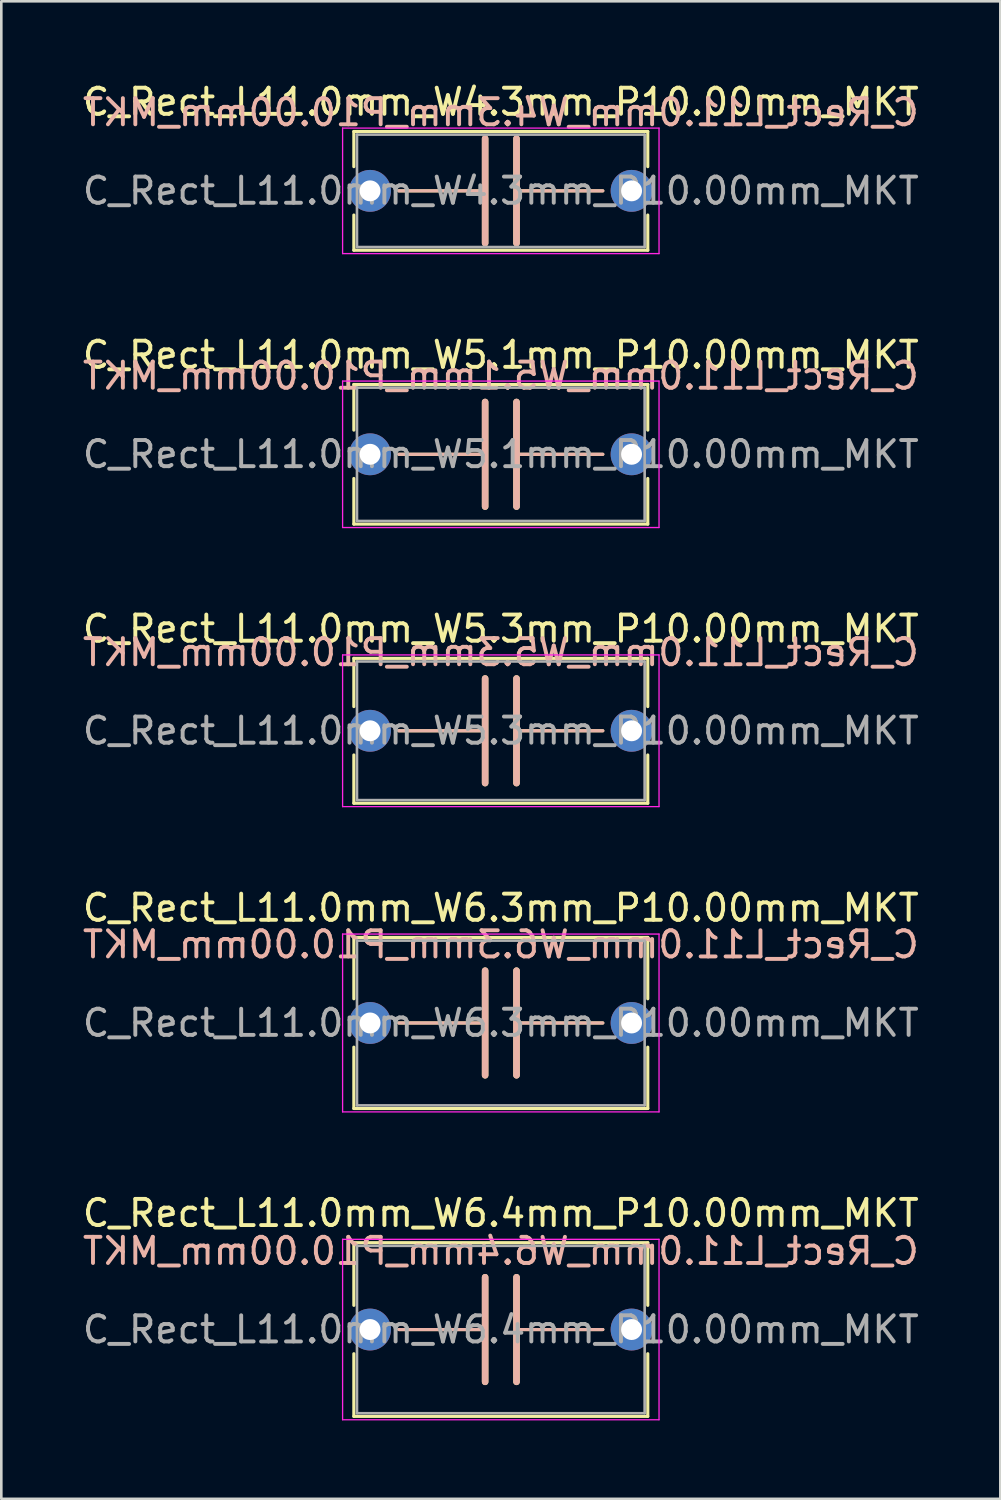
<source format=kicad_pcb>
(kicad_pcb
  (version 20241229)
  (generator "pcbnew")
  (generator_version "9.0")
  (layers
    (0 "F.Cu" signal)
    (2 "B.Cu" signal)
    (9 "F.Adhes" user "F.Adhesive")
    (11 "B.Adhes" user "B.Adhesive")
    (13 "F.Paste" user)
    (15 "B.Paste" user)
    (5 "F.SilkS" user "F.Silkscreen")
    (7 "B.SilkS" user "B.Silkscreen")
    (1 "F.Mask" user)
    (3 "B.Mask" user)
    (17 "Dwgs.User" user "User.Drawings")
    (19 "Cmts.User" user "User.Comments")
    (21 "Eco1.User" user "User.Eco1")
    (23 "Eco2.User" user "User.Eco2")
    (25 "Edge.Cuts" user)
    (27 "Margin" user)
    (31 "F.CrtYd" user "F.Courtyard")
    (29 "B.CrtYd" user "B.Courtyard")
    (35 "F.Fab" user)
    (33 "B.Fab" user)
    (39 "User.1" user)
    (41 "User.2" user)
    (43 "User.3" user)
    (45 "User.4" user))
  (footprint "C_Rect_L11.0mm_W5.1mm_P10.00mm_MKT"
    (layer "F.Cu")
    (at 11.101 14.322)
    (property "Reference" "C_Rect_L11.0mm_W5.1mm_P10.00mm_MKT" (at 5 -3.8 0) (layer "F.SilkS") (effects (font (size 1 1) (thickness 0.15))))
    (fp_line (start -0.62 -2.67) (end -0.62 -0.925) (stroke (width 0.12) (type solid)) (layer "F.SilkS"))
    (fp_line (start -0.62 -2.67) (end 10.62 -2.67) (stroke (width 0.12) (type solid)) (layer "F.SilkS"))
    (fp_line (start -0.62 0.925) (end -0.62 2.67) (stroke (width 0.12) (type solid)) (layer "F.SilkS"))
    (fp_line (start -0.62 2.67) (end 10.62 2.67) (stroke (width 0.12) (type solid)) (layer "F.SilkS"))
    (fp_line (start 1.1 0) (end 4.4 0) (stroke (width 0.12) (type solid)) (layer "F.SilkS"))
    (fp_line (start 4.4 2) (end 4.4 -2) (stroke (width 0.25) (type solid)) (layer "F.SilkS"))
    (fp_line (start 5.6 2) (end 5.6 -2) (stroke (width 0.25) (type solid)) (layer "F.SilkS"))
    (fp_line (start 8.9 0) (end 5.6 0) (stroke (width 0.12) (type solid)) (layer "F.SilkS"))
    (fp_line (start 10.62 -2.67) (end 10.62 -0.925) (stroke (width 0.12) (type solid)) (layer "F.SilkS"))
    (fp_line (start 10.62 0.925) (end 10.62 2.67) (stroke (width 0.12) (type solid)) (layer "F.SilkS"))
    (fp_line (start 1.1 0) (end 4.4 0) (stroke (width 0.12) (type solid)) (layer "B.SilkS"))
    (fp_line (start 4.4 -2) (end 4.4 2) (stroke (width 0.25) (type solid)) (layer "B.SilkS"))
    (fp_line (start 5.6 -2) (end 5.6 2) (stroke (width 0.25) (type solid)) (layer "B.SilkS"))
    (fp_line (start 8.9 0) (end 5.6 0) (stroke (width 0.12) (type solid)) (layer "B.SilkS"))
    (fp_line (start -1.05 -2.8) (end -1.05 2.8) (stroke (width 0.05) (type solid)) (layer "F.CrtYd"))
    (fp_line (start -1.05 2.8) (end 11.05 2.8) (stroke (width 0.05) (type solid)) (layer "F.CrtYd"))
    (fp_line (start 11.05 -2.8) (end -1.05 -2.8) (stroke (width 0.05) (type solid)) (layer "F.CrtYd"))
    (fp_line (start 11.05 2.8) (end 11.05 -2.8) (stroke (width 0.05) (type solid)) (layer "F.CrtYd"))
    (fp_line (start -0.5 -2.55) (end -0.5 2.55) (stroke (width 0.1) (type solid)) (layer "F.Fab"))
    (fp_line (start -0.5 2.55) (end 10.5 2.55) (stroke (width 0.1) (type solid)) (layer "F.Fab"))
    (fp_line (start 10.5 -2.55) (end -0.5 -2.55) (stroke (width 0.1) (type solid)) (layer "F.Fab"))
    (fp_line (start 10.5 2.55) (end 10.5 -2.55) (stroke (width 0.1) (type solid)) (layer "F.Fab"))
    (fp_text user "${REFERENCE}" (at 5 -3 0) (layer "B.SilkS") (effects (font (size 1 1) (thickness 0.15)) (justify mirror)))
    (fp_text user "${REFERENCE}" (at 5 0 0) (layer "F.Fab") (effects (font (size 1 1) (thickness 0.15))))
    (pad "1" thru_hole circle (at 0 0) (size 1.6 1.6) (drill 0.8) (layers "*.Cu" "*.Mask"))
    (pad "2" thru_hole circle (at 10 0) (size 1.6 1.6) (drill 0.8) (layers "*.Cu" "*.Mask")))
  (footprint "C_Rect_L11.0mm_W6.4mm_P10.00mm_MKT"
    (layer "F.Cu")
    (at 11.101 47.791)
    (property "Reference" "C_Rect_L11.0mm_W6.4mm_P10.00mm_MKT" (at 5 -4.45 0) (layer "F.SilkS") (effects (font (size 1 1) (thickness 0.15))))
    (fp_line (start -0.62 -3.32) (end -0.62 -0.925) (stroke (width 0.12) (type solid)) (layer "F.SilkS"))
    (fp_line (start -0.62 -3.32) (end 10.62 -3.32) (stroke (width 0.12) (type solid)) (layer "F.SilkS"))
    (fp_line (start -0.62 0.925) (end -0.62 3.32) (stroke (width 0.12) (type solid)) (layer "F.SilkS"))
    (fp_line (start -0.62 3.32) (end 10.62 3.32) (stroke (width 0.12) (type solid)) (layer "F.SilkS"))
    (fp_line (start 1.1 0) (end 4.4 0) (stroke (width 0.12) (type solid)) (layer "F.SilkS"))
    (fp_line (start 4.4 2) (end 4.4 -2) (stroke (width 0.25) (type solid)) (layer "F.SilkS"))
    (fp_line (start 5.6 2) (end 5.6 -2) (stroke (width 0.25) (type solid)) (layer "F.SilkS"))
    (fp_line (start 8.9 0) (end 5.6 0) (stroke (width 0.12) (type solid)) (layer "F.SilkS"))
    (fp_line (start 10.62 -3.32) (end 10.62 -0.925) (stroke (width 0.12) (type solid)) (layer "F.SilkS"))
    (fp_line (start 10.62 0.925) (end 10.62 3.32) (stroke (width 0.12) (type solid)) (layer "F.SilkS"))
    (fp_line (start 1.1 0) (end 4.4 0) (stroke (width 0.12) (type solid)) (layer "B.SilkS"))
    (fp_line (start 4.4 -2) (end 4.4 2) (stroke (width 0.25) (type solid)) (layer "B.SilkS"))
    (fp_line (start 5.6 -2) (end 5.6 2) (stroke (width 0.25) (type solid)) (layer "B.SilkS"))
    (fp_line (start 8.9 0) (end 5.6 0) (stroke (width 0.12) (type solid)) (layer "B.SilkS"))
    (fp_line (start -1.05 -3.45) (end -1.05 3.45) (stroke (width 0.05) (type solid)) (layer "F.CrtYd"))
    (fp_line (start -1.05 3.45) (end 11.05 3.45) (stroke (width 0.05) (type solid)) (layer "F.CrtYd"))
    (fp_line (start 11.05 -3.45) (end -1.05 -3.45) (stroke (width 0.05) (type solid)) (layer "F.CrtYd"))
    (fp_line (start 11.05 3.45) (end 11.05 -3.45) (stroke (width 0.05) (type solid)) (layer "F.CrtYd"))
    (fp_line (start -0.5 -3.2) (end -0.5 3.2) (stroke (width 0.1) (type solid)) (layer "F.Fab"))
    (fp_line (start -0.5 3.2) (end 10.5 3.2) (stroke (width 0.1) (type solid)) (layer "F.Fab"))
    (fp_line (start 10.5 -3.2) (end -0.5 -3.2) (stroke (width 0.1) (type solid)) (layer "F.Fab"))
    (fp_line (start 10.5 3.2) (end 10.5 -3.2) (stroke (width 0.1) (type solid)) (layer "F.Fab"))
    (fp_text user "${REFERENCE}" (at 5 -3 0) (layer "B.SilkS") (effects (font (size 1 1) (thickness 0.15)) (justify mirror)))
    (fp_text user "${REFERENCE}" (at 5 0 0) (layer "F.Fab") (effects (font (size 1 1) (thickness 0.15))))
    (pad "1" thru_hole circle (at 0 0) (size 1.6 1.6) (drill 0.8) (layers "*.Cu" "*.Mask"))
    (pad "2" thru_hole circle (at 10 0) (size 1.6 1.6) (drill 0.8) (layers "*.Cu" "*.Mask")))
  (footprint "C_Rect_L11.0mm_W6.3mm_P10.00mm_MKT"
    (layer "F.Cu")
    (at 11.101 36.068)
    (property "Reference" "C_Rect_L11.0mm_W6.3mm_P10.00mm_MKT" (at 5 -4.4 0) (layer "F.SilkS") (effects (font (size 1 1) (thickness 0.15))))
    (fp_line (start -0.62 -3.27) (end -0.62 -0.925) (stroke (width 0.12) (type solid)) (layer "F.SilkS"))
    (fp_line (start -0.62 -3.27) (end 10.62 -3.27) (stroke (width 0.12) (type solid)) (layer "F.SilkS"))
    (fp_line (start -0.62 0.925) (end -0.62 3.27) (stroke (width 0.12) (type solid)) (layer "F.SilkS"))
    (fp_line (start -0.62 3.27) (end 10.62 3.27) (stroke (width 0.12) (type solid)) (layer "F.SilkS"))
    (fp_line (start 1.1 0) (end 4.4 0) (stroke (width 0.12) (type solid)) (layer "F.SilkS"))
    (fp_line (start 4.4 2) (end 4.4 -2) (stroke (width 0.25) (type solid)) (layer "F.SilkS"))
    (fp_line (start 5.6 2) (end 5.6 -2) (stroke (width 0.25) (type solid)) (layer "F.SilkS"))
    (fp_line (start 8.9 0) (end 5.6 0) (stroke (width 0.12) (type solid)) (layer "F.SilkS"))
    (fp_line (start 10.62 -3.27) (end 10.62 -0.925) (stroke (width 0.12) (type solid)) (layer "F.SilkS"))
    (fp_line (start 10.62 0.925) (end 10.62 3.27) (stroke (width 0.12) (type solid)) (layer "F.SilkS"))
    (fp_line (start 1.1 0) (end 4.4 0) (stroke (width 0.12) (type solid)) (layer "B.SilkS"))
    (fp_line (start 4.4 -2) (end 4.4 2) (stroke (width 0.25) (type solid)) (layer "B.SilkS"))
    (fp_line (start 5.6 -2) (end 5.6 2) (stroke (width 0.25) (type solid)) (layer "B.SilkS"))
    (fp_line (start 8.9 0) (end 5.6 0) (stroke (width 0.12) (type solid)) (layer "B.SilkS"))
    (fp_line (start -1.05 -3.4) (end -1.05 3.4) (stroke (width 0.05) (type solid)) (layer "F.CrtYd"))
    (fp_line (start -1.05 3.4) (end 11.05 3.4) (stroke (width 0.05) (type solid)) (layer "F.CrtYd"))
    (fp_line (start 11.05 -3.4) (end -1.05 -3.4) (stroke (width 0.05) (type solid)) (layer "F.CrtYd"))
    (fp_line (start 11.05 3.4) (end 11.05 -3.4) (stroke (width 0.05) (type solid)) (layer "F.CrtYd"))
    (fp_line (start -0.5 -3.15) (end -0.5 3.15) (stroke (width 0.1) (type solid)) (layer "F.Fab"))
    (fp_line (start -0.5 3.15) (end 10.5 3.15) (stroke (width 0.1) (type solid)) (layer "F.Fab"))
    (fp_line (start 10.5 -3.15) (end -0.5 -3.15) (stroke (width 0.1) (type solid)) (layer "F.Fab"))
    (fp_line (start 10.5 3.15) (end 10.5 -3.15) (stroke (width 0.1) (type solid)) (layer "F.Fab"))
    (fp_text user "${REFERENCE}" (at 5 -3 0) (layer "B.SilkS") (effects (font (size 1 1) (thickness 0.15)) (justify mirror)))
    (fp_text user "${REFERENCE}" (at 5 0 0) (layer "F.Fab") (effects (font (size 1 1) (thickness 0.15))))
    (pad "1" thru_hole circle (at 0 0) (size 1.6 1.6) (drill 0.8) (layers "*.Cu" "*.Mask"))
    (pad "2" thru_hole circle (at 10 0) (size 1.6 1.6) (drill 0.8) (layers "*.Cu" "*.Mask")))
  (footprint "C_Rect_L11.0mm_W5.3mm_P10.00mm_MKT"
    (layer "F.Cu")
    (at 11.101 24.895)
    (property "Reference" "C_Rect_L11.0mm_W5.3mm_P10.00mm_MKT" (at 5 -3.9 0) (layer "F.SilkS") (effects (font (size 1 1) (thickness 0.15))))
    (fp_line (start -0.62 -2.77) (end -0.62 -0.925) (stroke (width 0.12) (type solid)) (layer "F.SilkS"))
    (fp_line (start -0.62 -2.77) (end 10.62 -2.77) (stroke (width 0.12) (type solid)) (layer "F.SilkS"))
    (fp_line (start -0.62 0.925) (end -0.62 2.77) (stroke (width 0.12) (type solid)) (layer "F.SilkS"))
    (fp_line (start -0.62 2.77) (end 10.62 2.77) (stroke (width 0.12) (type solid)) (layer "F.SilkS"))
    (fp_line (start 1.1 0) (end 4.4 0) (stroke (width 0.12) (type solid)) (layer "F.SilkS"))
    (fp_line (start 4.4 2) (end 4.4 -2) (stroke (width 0.25) (type solid)) (layer "F.SilkS"))
    (fp_line (start 5.6 2) (end 5.6 -2) (stroke (width 0.25) (type solid)) (layer "F.SilkS"))
    (fp_line (start 8.9 0) (end 5.6 0) (stroke (width 0.12) (type solid)) (layer "F.SilkS"))
    (fp_line (start 10.62 -2.77) (end 10.62 -0.925) (stroke (width 0.12) (type solid)) (layer "F.SilkS"))
    (fp_line (start 10.62 0.925) (end 10.62 2.77) (stroke (width 0.12) (type solid)) (layer "F.SilkS"))
    (fp_line (start 1.1 0) (end 4.4 0) (stroke (width 0.12) (type solid)) (layer "B.SilkS"))
    (fp_line (start 4.4 -2) (end 4.4 2) (stroke (width 0.25) (type solid)) (layer "B.SilkS"))
    (fp_line (start 5.6 -2) (end 5.6 2) (stroke (width 0.25) (type solid)) (layer "B.SilkS"))
    (fp_line (start 8.9 0) (end 5.6 0) (stroke (width 0.12) (type solid)) (layer "B.SilkS"))
    (fp_line (start -1.05 -2.9) (end -1.05 2.9) (stroke (width 0.05) (type solid)) (layer "F.CrtYd"))
    (fp_line (start -1.05 2.9) (end 11.05 2.9) (stroke (width 0.05) (type solid)) (layer "F.CrtYd"))
    (fp_line (start 11.05 -2.9) (end -1.05 -2.9) (stroke (width 0.05) (type solid)) (layer "F.CrtYd"))
    (fp_line (start 11.05 2.9) (end 11.05 -2.9) (stroke (width 0.05) (type solid)) (layer "F.CrtYd"))
    (fp_line (start -0.5 -2.65) (end -0.5 2.65) (stroke (width 0.1) (type solid)) (layer "F.Fab"))
    (fp_line (start -0.5 2.65) (end 10.5 2.65) (stroke (width 0.1) (type solid)) (layer "F.Fab"))
    (fp_line (start 10.5 -2.65) (end -0.5 -2.65) (stroke (width 0.1) (type solid)) (layer "F.Fab"))
    (fp_line (start 10.5 2.65) (end 10.5 -2.65) (stroke (width 0.1) (type solid)) (layer "F.Fab"))
    (fp_text user "${REFERENCE}" (at 5 -3 0) (layer "B.SilkS") (effects (font (size 1 1) (thickness 0.15)) (justify mirror)))
    (fp_text user "${REFERENCE}" (at 5 0 0) (layer "F.Fab") (effects (font (size 1 1) (thickness 0.15))))
    (pad "1" thru_hole circle (at 0 0) (size 1.6 1.6) (drill 0.8) (layers "*.Cu" "*.Mask"))
    (pad "2" thru_hole circle (at 10 0) (size 1.6 1.6) (drill 0.8) (layers "*.Cu" "*.Mask")))
  (footprint "C_Rect_L11.0mm_W4.3mm_P10.00mm_MKT"
    (layer "F.Cu")
    (at 11.101 4.248)
    (property "Reference" "C_Rect_L11.0mm_W4.3mm_P10.00mm_MKT" (at 5 -3.4 0) (layer "F.SilkS") (effects (font (size 1 1) (thickness 0.15))))
    (fp_line (start -0.62 -2.27) (end -0.62 -0.925) (stroke (width 0.12) (type solid)) (layer "F.SilkS"))
    (fp_line (start -0.62 -2.27) (end 10.62 -2.27) (stroke (width 0.12) (type solid)) (layer "F.SilkS"))
    (fp_line (start -0.62 0.925) (end -0.62 2.27) (stroke (width 0.12) (type solid)) (layer "F.SilkS"))
    (fp_line (start -0.62 2.27) (end 10.62 2.27) (stroke (width 0.12) (type solid)) (layer "F.SilkS"))
    (fp_line (start 1.1 0) (end 4.4 0) (stroke (width 0.12) (type solid)) (layer "F.SilkS"))
    (fp_line (start 4.4 2) (end 4.4 -2) (stroke (width 0.25) (type solid)) (layer "F.SilkS"))
    (fp_line (start 5.6 2) (end 5.6 -2) (stroke (width 0.25) (type solid)) (layer "F.SilkS"))
    (fp_line (start 8.9 0) (end 5.6 0) (stroke (width 0.12) (type solid)) (layer "F.SilkS"))
    (fp_line (start 10.62 -2.27) (end 10.62 -0.925) (stroke (width 0.12) (type solid)) (layer "F.SilkS"))
    (fp_line (start 10.62 0.925) (end 10.62 2.27) (stroke (width 0.12) (type solid)) (layer "F.SilkS"))
    (fp_line (start 1.1 0) (end 4.4 0) (stroke (width 0.12) (type solid)) (layer "B.SilkS"))
    (fp_line (start 4.4 -2) (end 4.4 2) (stroke (width 0.25) (type solid)) (layer "B.SilkS"))
    (fp_line (start 5.6 -2) (end 5.6 2) (stroke (width 0.25) (type solid)) (layer "B.SilkS"))
    (fp_line (start 8.9 0) (end 5.6 0) (stroke (width 0.12) (type solid)) (layer "B.SilkS"))
    (fp_line (start -1.05 -2.4) (end -1.05 2.4) (stroke (width 0.05) (type solid)) (layer "F.CrtYd"))
    (fp_line (start -1.05 2.4) (end 11.05 2.4) (stroke (width 0.05) (type solid)) (layer "F.CrtYd"))
    (fp_line (start 11.05 -2.4) (end -1.05 -2.4) (stroke (width 0.05) (type solid)) (layer "F.CrtYd"))
    (fp_line (start 11.05 2.4) (end 11.05 -2.4) (stroke (width 0.05) (type solid)) (layer "F.CrtYd"))
    (fp_line (start -0.5 -2.15) (end -0.5 2.15) (stroke (width 0.1) (type solid)) (layer "F.Fab"))
    (fp_line (start -0.5 2.15) (end 10.5 2.15) (stroke (width 0.1) (type solid)) (layer "F.Fab"))
    (fp_line (start 10.5 -2.15) (end -0.5 -2.15) (stroke (width 0.1) (type solid)) (layer "F.Fab"))
    (fp_line (start 10.5 2.15) (end 10.5 -2.15) (stroke (width 0.1) (type solid)) (layer "F.Fab"))
    (fp_text user "${REFERENCE}" (at 5 -3 0) (layer "B.SilkS") (effects (font (size 1 1) (thickness 0.15)) (justify mirror)))
    (fp_text user "${REFERENCE}" (at 5 0 0) (layer "F.Fab") (effects (font (size 1 1) (thickness 0.15))))
    (pad "1" thru_hole circle (at 0 0) (size 1.6 1.6) (drill 0.8) (layers "*.Cu" "*.Mask"))
    (pad "2" thru_hole circle (at 10 0) (size 1.6 1.6) (drill 0.8) (layers "*.Cu" "*.Mask")))
  (gr_rect
    (start -3 -3)
    (end 35.202 54.266)
    (stroke (width 0.1) (type default))
    (fill no)
    (layer "Edge.Cuts")))
</source>
